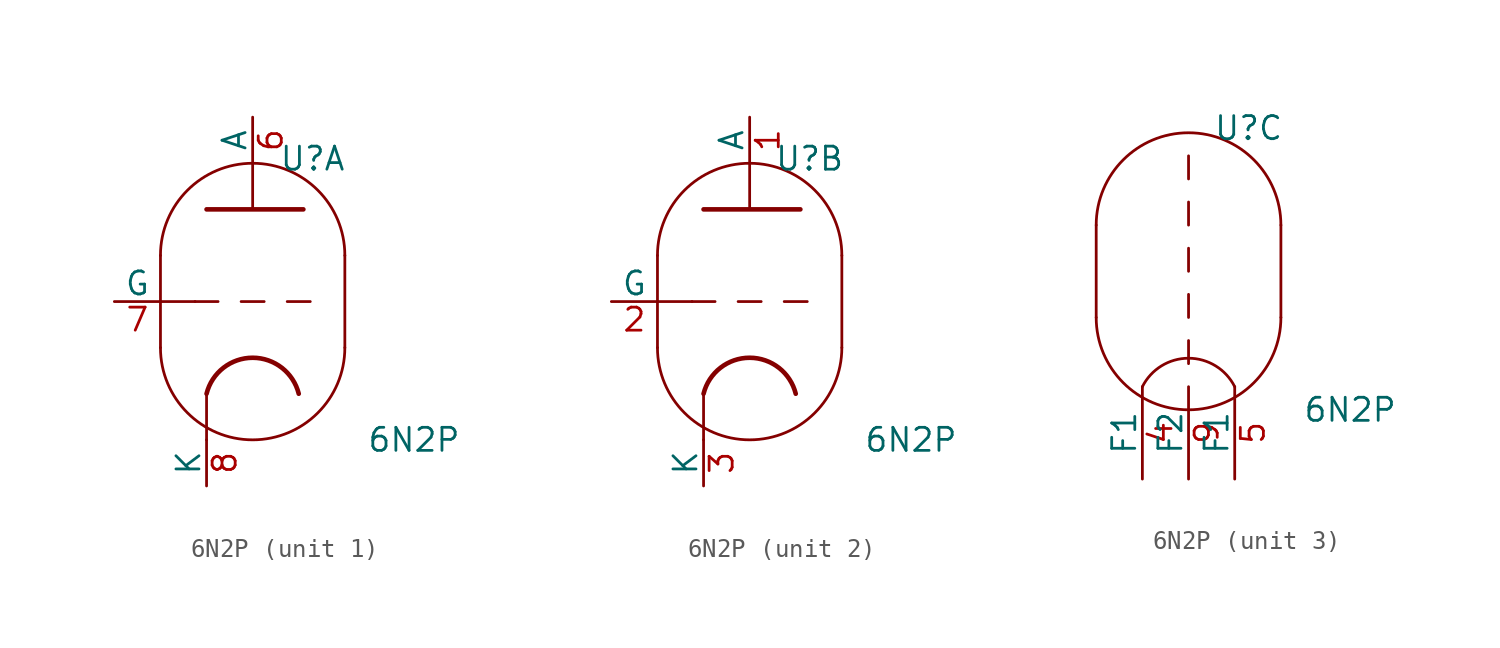
<source format=kicad_sym>
(kicad_symbol_lib
  (version 20211014)
  (generator kicad_symbol_editor)
  (symbol "6N2P"
    (pin_names
      (offset 0))
    (property "Reference" "U"
      (at 3.302 7.874 0)
      (effects (font (size 1.27 1.27))))
    (property "Value" "6N2P"
      (at 8.89 -7.62 0)
      (effects (font (size 1.27 1.27))))
    (property "ki_locked" ""
      (at 0 0 0)
      (effects (font (size 1.27 1.27))))
    (symbol "6N2P_0_1"
      (arc (start -5.08 -2.54) (mid 0 -7.62) (end 5.08 -2.54) (stroke (width 0) (type default) (color 0 0 0 0)) (fill (type none)))
      (polyline (pts (xy 5.08 2.54) (xy 5.08 -2.54)) (stroke (width 0) (type default) (color 0 0 0 0)) (fill (type none)))
      (polyline (pts (xy -5.08 2.54) (xy -5.08 -2.54) (xy -5.08 -2.54)) (stroke (width 0) (type default) (color 0 0 0 0)) (fill (type none)))
      (arc (start 5.08 2.54) (mid 0 7.62) (end -5.08 2.54) (stroke (width 0) (type default) (color 0 0 0 0)) (fill (type none))))
    (symbol "6N2P_1_0"
      (polyline (pts (xy -2.54 -5.08) (xy -2.54 -7.62)) (stroke (width 0) (type default) (color 0 0 0 0)) (fill (type none)))
      (polyline (pts (xy 0 5.08) (xy 0 7.62)) (stroke (width 0) (type default) (color 0 0 0 0)) (fill (type none))))
    (symbol "6N2P_1_1"
      (polyline (pts (xy -5.08 0) (xy -3.175 0)) (stroke (width 0) (type default) (color 0 0 0 0)) (fill (type none)))
      (polyline (pts (xy -1.905 0) (xy -3.175 0)) (stroke (width 0.152) (type default) (color 0 0 0 0)) (fill (type none)))
      (polyline (pts (xy -0.635 0) (xy 0.635 0)) (stroke (width 0.152) (type default) (color 0 0 0 0)) (fill (type none)))
      (polyline (pts (xy 1.905 0) (xy 3.175 0)) (stroke (width 0.152) (type default) (color 0 0 0 0)) (fill (type none)))
      (polyline (pts (xy -2.54 5.08) (xy 2.794 5.08) (xy 2.794 5.08)) (stroke (width 0.254) (type default) (color 0 0 0 0)) (fill (type none)))
      (arc (start 2.54 -5.08) (mid 0 -3.0968) (end -2.54 -5.08) (stroke (width 0.254) (type default) (color 0 0 0 0)) (fill (type none)))
      (pin output line (at 0 10.16 270) (length 2.54) (name "A" (effects (font (size 1.27 1.27)))) (number "6" (effects (font (size 1.27 1.27)))))
      (pin input line (at -7.62 0 0) (length 2.54) (name "G" (effects (font (size 1.27 1.27)))) (number "7" (effects (font (size 1.27 1.27)))))
      (pin bidirectional line (at -2.54 -10.16 90) (length 2.54) (name "K" (effects (font (size 1.27 1.27)))) (number "8" (effects (font (size 1.27 1.27))))))
    (symbol "6N2P_2_0"
      (polyline (pts (xy -2.54 -5.08) (xy -2.54 -7.62)) (stroke (width 0) (type default) (color 0 0 0 0)) (fill (type none)))
      (polyline (pts (xy 0 5.08) (xy 0 7.62)) (stroke (width 0) (type default) (color 0 0 0 0)) (fill (type none))))
    (symbol "6N2P_2_1"
      (polyline (pts (xy -5.08 0) (xy -3.175 0)) (stroke (width 0) (type default) (color 0 0 0 0)) (fill (type none)))
      (polyline (pts (xy -1.905 0) (xy -3.175 0)) (stroke (width 0.152) (type default) (color 0 0 0 0)) (fill (type none)))
      (polyline (pts (xy -0.635 0) (xy 0.635 0)) (stroke (width 0.152) (type default) (color 0 0 0 0)) (fill (type none)))
      (polyline (pts (xy 1.905 0) (xy 3.175 0)) (stroke (width 0.152) (type default) (color 0 0 0 0)) (fill (type none)))
      (polyline (pts (xy -2.54 5.08) (xy 2.794 5.08) (xy 2.794 5.08)) (stroke (width 0.254) (type default) (color 0 0 0 0)) (fill (type none)))
      (arc (start 2.54 -5.08) (mid 0 -3.0968) (end -2.54 -5.08) (stroke (width 0.254) (type default) (color 0 0 0 0)) (fill (type none)))
      (pin output line (at 0 10.16 270) (length 2.54) (name "A" (effects (font (size 1.27 1.27)))) (number "1" (effects (font (size 1.27 1.27)))))
      (pin input line (at -7.62 0 0) (length 2.54) (name "G" (effects (font (size 1.27 1.27)))) (number "2" (effects (font (size 1.27 1.27)))))
      (pin bidirectional line (at -2.54 -10.16 90) (length 2.54) (name "K" (effects (font (size 1.27 1.27)))) (number "3" (effects (font (size 1.27 1.27))))))
    (symbol "6N2P_3_1"
      (polyline (pts (xy 0 -5.08) (xy 0 -3.81)) (stroke (width 0) (type default) (color 0 0 0 0)) (fill (type none)))
      (polyline (pts (xy 0 -2.54) (xy 0 -1.27)) (stroke (width 0) (type default) (color 0 0 0 0)) (fill (type none)))
      (polyline (pts (xy 0 0) (xy 0 1.27)) (stroke (width 0) (type default) (color 0 0 0 0)) (fill (type none)))
      (polyline (pts (xy 0 2.54) (xy 0 3.81)) (stroke (width 0) (type default) (color 0 0 0 0)) (fill (type none)))
      (polyline (pts (xy 0 5.08) (xy 0 6.35)) (stroke (width 0) (type default) (color 0 0 0 0)) (fill (type none)))
      (arc (start 2.54 -6.35) (mid 0 -4.7823) (end -2.54 -6.35) (stroke (width 0) (type default) (color 0 0 0 0)) (fill (type none)))
      (pin power_in line (at -2.54 -11.43 90) (length 5.08) (name "F1" (effects (font (size 1.27 1.27)))) (number "4" (effects (font (size 1.27 1.27)))))
      (pin power_in line (at 2.54 -11.43 90) (length 5.08) (name "F1" (effects (font (size 1.27 1.27)))) (number "5" (effects (font (size 1.27 1.27)))))
      (pin power_in line (at 0 -11.43 90) (length 5.08) (name "F2" (effects (font (size 1.27 1.27)))) (number "9" (effects (font (size 1.27 1.27))))))))
</source>
